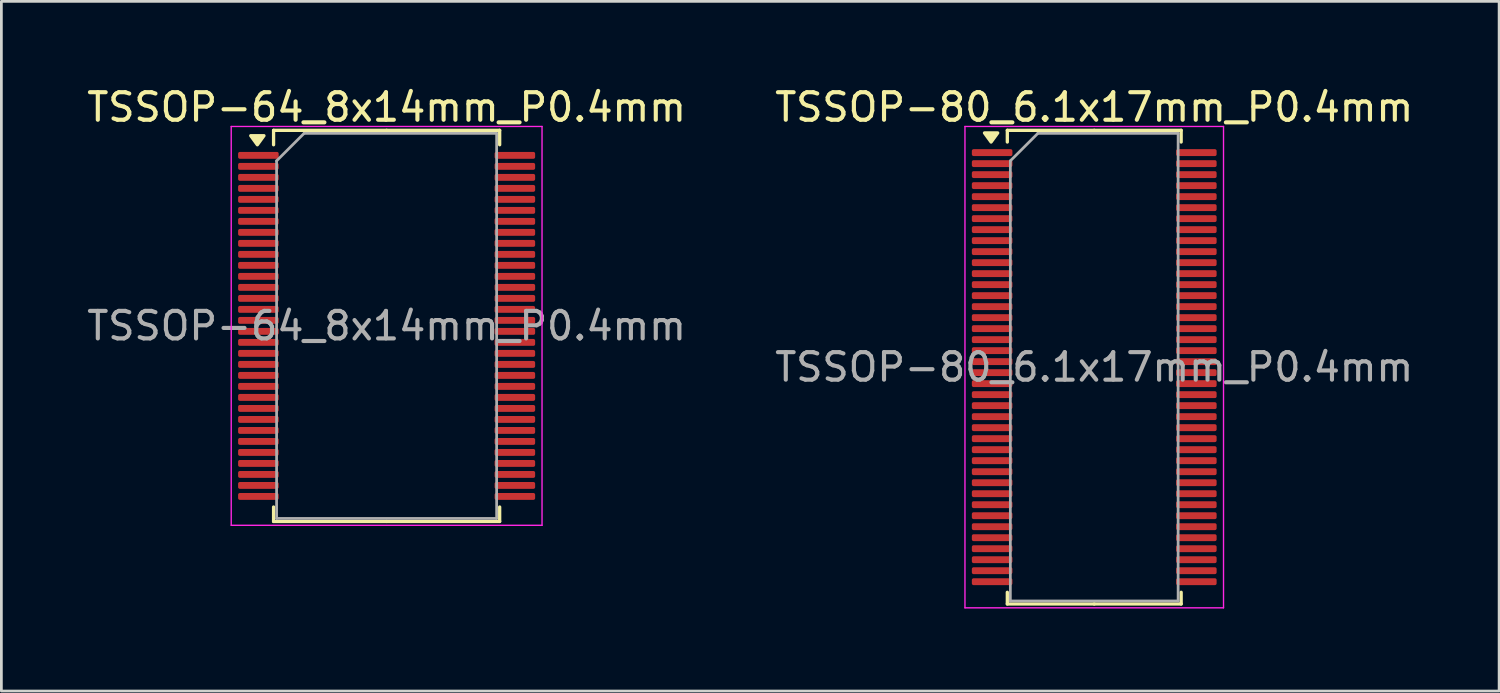
<source format=kicad_pcb>
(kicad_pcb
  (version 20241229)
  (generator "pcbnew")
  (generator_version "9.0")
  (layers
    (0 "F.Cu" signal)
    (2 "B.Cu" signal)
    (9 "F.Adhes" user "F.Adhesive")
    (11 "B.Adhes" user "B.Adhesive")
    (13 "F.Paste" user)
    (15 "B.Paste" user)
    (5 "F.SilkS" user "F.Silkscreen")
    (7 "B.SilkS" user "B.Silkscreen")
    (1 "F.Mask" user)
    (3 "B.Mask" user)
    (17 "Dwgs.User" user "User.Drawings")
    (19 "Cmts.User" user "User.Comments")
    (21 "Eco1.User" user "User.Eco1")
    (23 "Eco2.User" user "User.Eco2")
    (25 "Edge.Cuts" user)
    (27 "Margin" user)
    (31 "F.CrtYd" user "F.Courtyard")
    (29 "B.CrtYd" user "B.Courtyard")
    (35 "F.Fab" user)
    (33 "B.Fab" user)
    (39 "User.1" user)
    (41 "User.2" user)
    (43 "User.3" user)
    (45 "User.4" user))
  (footprint "TSSOP-64_8x14mm_P0.4mm"
    (layer "F.Cu")
    (at 11.006 8.798)
    (property "Reference" "TSSOP-64_8x14mm_P0.4mm" (at 0 -7.95 0) (layer "F.SilkS") (effects (font (size 1 1) (thickness 0.15))))
    (attr smd)
    (fp_line (start -4.11 -7.11) (end -4.11 -6.585) (stroke (width 0.12) (type solid)) (layer "F.SilkS"))
    (fp_line (start -4.11 7.11) (end -4.11 6.585) (stroke (width 0.12) (type solid)) (layer "F.SilkS"))
    (fp_line (start 0 -7.11) (end -4.11 -7.11) (stroke (width 0.12) (type solid)) (layer "F.SilkS"))
    (fp_line (start 0 -7.11) (end 4.11 -7.11) (stroke (width 0.12) (type solid)) (layer "F.SilkS"))
    (fp_line (start 0 7.11) (end -4.11 7.11) (stroke (width 0.12) (type solid)) (layer "F.SilkS"))
    (fp_line (start 0 7.11) (end 4.11 7.11) (stroke (width 0.12) (type solid)) (layer "F.SilkS"))
    (fp_line (start 4.11 -7.11) (end 4.11 -6.585) (stroke (width 0.12) (type solid)) (layer "F.SilkS"))
    (fp_line (start 4.11 7.11) (end 4.11 6.585) (stroke (width 0.12) (type solid)) (layer "F.SilkS"))
    (fp_poly (pts (xy -4.7 -6.585) (xy -4.94 -6.915) (xy -4.46 -6.915) (xy -4.7 -6.585)) (stroke (width 0.12) (type solid)) (fill yes) (layer "F.SilkS"))
    (fp_line (start -5.65 -7.25) (end -5.65 7.25) (stroke (width 0.05) (type solid)) (layer "F.CrtYd"))
    (fp_line (start -5.65 7.25) (end 5.65 7.25) (stroke (width 0.05) (type solid)) (layer "F.CrtYd"))
    (fp_line (start 5.65 -7.25) (end -5.65 -7.25) (stroke (width 0.05) (type solid)) (layer "F.CrtYd"))
    (fp_line (start 5.65 7.25) (end 5.65 -7.25) (stroke (width 0.05) (type solid)) (layer "F.CrtYd"))
    (fp_line (start -4 -6) (end -3 -7) (stroke (width 0.1) (type solid)) (layer "F.Fab"))
    (fp_line (start -4 7) (end -4 -6) (stroke (width 0.1) (type solid)) (layer "F.Fab"))
    (fp_line (start -3 -7) (end 4 -7) (stroke (width 0.1) (type solid)) (layer "F.Fab"))
    (fp_line (start 4 -7) (end 4 7) (stroke (width 0.1) (type solid)) (layer "F.Fab"))
    (fp_line (start 4 7) (end -4 7) (stroke (width 0.1) (type solid)) (layer "F.Fab"))
    (fp_text user "${REFERENCE}" (at 0 0 0) (layer "F.Fab") (effects (font (size 1 1) (thickness 0.15))))
    (pad "1" smd roundrect (at -4.662 -6.2) (size 1.475 0.25) (layers "F.Cu" "F.Mask" "F.Paste") (roundrect_rratio 0.25))
    (pad "2" smd roundrect (at -4.662 -5.8) (size 1.475 0.25) (layers "F.Cu" "F.Mask" "F.Paste") (roundrect_rratio 0.25))
    (pad "3" smd roundrect (at -4.662 -5.4) (size 1.475 0.25) (layers "F.Cu" "F.Mask" "F.Paste") (roundrect_rratio 0.25))
    (pad "4" smd roundrect (at -4.662 -5) (size 1.475 0.25) (layers "F.Cu" "F.Mask" "F.Paste") (roundrect_rratio 0.25))
    (pad "5" smd roundrect (at -4.662 -4.6) (size 1.475 0.25) (layers "F.Cu" "F.Mask" "F.Paste") (roundrect_rratio 0.25))
    (pad "6" smd roundrect (at -4.662 -4.2) (size 1.475 0.25) (layers "F.Cu" "F.Mask" "F.Paste") (roundrect_rratio 0.25))
    (pad "7" smd roundrect (at -4.662 -3.8) (size 1.475 0.25) (layers "F.Cu" "F.Mask" "F.Paste") (roundrect_rratio 0.25))
    (pad "8" smd roundrect (at -4.662 -3.4) (size 1.475 0.25) (layers "F.Cu" "F.Mask" "F.Paste") (roundrect_rratio 0.25))
    (pad "9" smd roundrect (at -4.662 -3) (size 1.475 0.25) (layers "F.Cu" "F.Mask" "F.Paste") (roundrect_rratio 0.25))
    (pad "10" smd roundrect (at -4.662 -2.6) (size 1.475 0.25) (layers "F.Cu" "F.Mask" "F.Paste") (roundrect_rratio 0.25))
    (pad "11" smd roundrect (at -4.662 -2.2) (size 1.475 0.25) (layers "F.Cu" "F.Mask" "F.Paste") (roundrect_rratio 0.25))
    (pad "12" smd roundrect (at -4.662 -1.8) (size 1.475 0.25) (layers "F.Cu" "F.Mask" "F.Paste") (roundrect_rratio 0.25))
    (pad "13" smd roundrect (at -4.662 -1.4) (size 1.475 0.25) (layers "F.Cu" "F.Mask" "F.Paste") (roundrect_rratio 0.25))
    (pad "14" smd roundrect (at -4.662 -1) (size 1.475 0.25) (layers "F.Cu" "F.Mask" "F.Paste") (roundrect_rratio 0.25))
    (pad "15" smd roundrect (at -4.662 -0.6) (size 1.475 0.25) (layers "F.Cu" "F.Mask" "F.Paste") (roundrect_rratio 0.25))
    (pad "16" smd roundrect (at -4.662 -0.2) (size 1.475 0.25) (layers "F.Cu" "F.Mask" "F.Paste") (roundrect_rratio 0.25))
    (pad "17" smd roundrect (at -4.662 0.2) (size 1.475 0.25) (layers "F.Cu" "F.Mask" "F.Paste") (roundrect_rratio 0.25))
    (pad "18" smd roundrect (at -4.662 0.6) (size 1.475 0.25) (layers "F.Cu" "F.Mask" "F.Paste") (roundrect_rratio 0.25))
    (pad "19" smd roundrect (at -4.662 1) (size 1.475 0.25) (layers "F.Cu" "F.Mask" "F.Paste") (roundrect_rratio 0.25))
    (pad "20" smd roundrect (at -4.662 1.4) (size 1.475 0.25) (layers "F.Cu" "F.Mask" "F.Paste") (roundrect_rratio 0.25))
    (pad "21" smd roundrect (at -4.662 1.8) (size 1.475 0.25) (layers "F.Cu" "F.Mask" "F.Paste") (roundrect_rratio 0.25))
    (pad "22" smd roundrect (at -4.662 2.2) (size 1.475 0.25) (layers "F.Cu" "F.Mask" "F.Paste") (roundrect_rratio 0.25))
    (pad "23" smd roundrect (at -4.662 2.6) (size 1.475 0.25) (layers "F.Cu" "F.Mask" "F.Paste") (roundrect_rratio 0.25))
    (pad "24" smd roundrect (at -4.662 3) (size 1.475 0.25) (layers "F.Cu" "F.Mask" "F.Paste") (roundrect_rratio 0.25))
    (pad "25" smd roundrect (at -4.662 3.4) (size 1.475 0.25) (layers "F.Cu" "F.Mask" "F.Paste") (roundrect_rratio 0.25))
    (pad "26" smd roundrect (at -4.662 3.8) (size 1.475 0.25) (layers "F.Cu" "F.Mask" "F.Paste") (roundrect_rratio 0.25))
    (pad "27" smd roundrect (at -4.662 4.2) (size 1.475 0.25) (layers "F.Cu" "F.Mask" "F.Paste") (roundrect_rratio 0.25))
    (pad "28" smd roundrect (at -4.662 4.6) (size 1.475 0.25) (layers "F.Cu" "F.Mask" "F.Paste") (roundrect_rratio 0.25))
    (pad "29" smd roundrect (at -4.662 5) (size 1.475 0.25) (layers "F.Cu" "F.Mask" "F.Paste") (roundrect_rratio 0.25))
    (pad "30" smd roundrect (at -4.662 5.4) (size 1.475 0.25) (layers "F.Cu" "F.Mask" "F.Paste") (roundrect_rratio 0.25))
    (pad "31" smd roundrect (at -4.662 5.8) (size 1.475 0.25) (layers "F.Cu" "F.Mask" "F.Paste") (roundrect_rratio 0.25))
    (pad "32" smd roundrect (at -4.662 6.2) (size 1.475 0.25) (layers "F.Cu" "F.Mask" "F.Paste") (roundrect_rratio 0.25))
    (pad "33" smd roundrect (at 4.662 6.2) (size 1.475 0.25) (layers "F.Cu" "F.Mask" "F.Paste") (roundrect_rratio 0.25))
    (pad "34" smd roundrect (at 4.662 5.8) (size 1.475 0.25) (layers "F.Cu" "F.Mask" "F.Paste") (roundrect_rratio 0.25))
    (pad "35" smd roundrect (at 4.662 5.4) (size 1.475 0.25) (layers "F.Cu" "F.Mask" "F.Paste") (roundrect_rratio 0.25))
    (pad "36" smd roundrect (at 4.662 5) (size 1.475 0.25) (layers "F.Cu" "F.Mask" "F.Paste") (roundrect_rratio 0.25))
    (pad "37" smd roundrect (at 4.662 4.6) (size 1.475 0.25) (layers "F.Cu" "F.Mask" "F.Paste") (roundrect_rratio 0.25))
    (pad "38" smd roundrect (at 4.662 4.2) (size 1.475 0.25) (layers "F.Cu" "F.Mask" "F.Paste") (roundrect_rratio 0.25))
    (pad "39" smd roundrect (at 4.662 3.8) (size 1.475 0.25) (layers "F.Cu" "F.Mask" "F.Paste") (roundrect_rratio 0.25))
    (pad "40" smd roundrect (at 4.662 3.4) (size 1.475 0.25) (layers "F.Cu" "F.Mask" "F.Paste") (roundrect_rratio 0.25))
    (pad "41" smd roundrect (at 4.662 3) (size 1.475 0.25) (layers "F.Cu" "F.Mask" "F.Paste") (roundrect_rratio 0.25))
    (pad "42" smd roundrect (at 4.662 2.6) (size 1.475 0.25) (layers "F.Cu" "F.Mask" "F.Paste") (roundrect_rratio 0.25))
    (pad "43" smd roundrect (at 4.662 2.2) (size 1.475 0.25) (layers "F.Cu" "F.Mask" "F.Paste") (roundrect_rratio 0.25))
    (pad "44" smd roundrect (at 4.662 1.8) (size 1.475 0.25) (layers "F.Cu" "F.Mask" "F.Paste") (roundrect_rratio 0.25))
    (pad "45" smd roundrect (at 4.662 1.4) (size 1.475 0.25) (layers "F.Cu" "F.Mask" "F.Paste") (roundrect_rratio 0.25))
    (pad "46" smd roundrect (at 4.662 1) (size 1.475 0.25) (layers "F.Cu" "F.Mask" "F.Paste") (roundrect_rratio 0.25))
    (pad "47" smd roundrect (at 4.662 0.6) (size 1.475 0.25) (layers "F.Cu" "F.Mask" "F.Paste") (roundrect_rratio 0.25))
    (pad "48" smd roundrect (at 4.662 0.2) (size 1.475 0.25) (layers "F.Cu" "F.Mask" "F.Paste") (roundrect_rratio 0.25))
    (pad "49" smd roundrect (at 4.662 -0.2) (size 1.475 0.25) (layers "F.Cu" "F.Mask" "F.Paste") (roundrect_rratio 0.25))
    (pad "50" smd roundrect (at 4.662 -0.6) (size 1.475 0.25) (layers "F.Cu" "F.Mask" "F.Paste") (roundrect_rratio 0.25))
    (pad "51" smd roundrect (at 4.662 -1) (size 1.475 0.25) (layers "F.Cu" "F.Mask" "F.Paste") (roundrect_rratio 0.25))
    (pad "52" smd roundrect (at 4.662 -1.4) (size 1.475 0.25) (layers "F.Cu" "F.Mask" "F.Paste") (roundrect_rratio 0.25))
    (pad "53" smd roundrect (at 4.662 -1.8) (size 1.475 0.25) (layers "F.Cu" "F.Mask" "F.Paste") (roundrect_rratio 0.25))
    (pad "54" smd roundrect (at 4.662 -2.2) (size 1.475 0.25) (layers "F.Cu" "F.Mask" "F.Paste") (roundrect_rratio 0.25))
    (pad "55" smd roundrect (at 4.662 -2.6) (size 1.475 0.25) (layers "F.Cu" "F.Mask" "F.Paste") (roundrect_rratio 0.25))
    (pad "56" smd roundrect (at 4.662 -3) (size 1.475 0.25) (layers "F.Cu" "F.Mask" "F.Paste") (roundrect_rratio 0.25))
    (pad "57" smd roundrect (at 4.662 -3.4) (size 1.475 0.25) (layers "F.Cu" "F.Mask" "F.Paste") (roundrect_rratio 0.25))
    (pad "58" smd roundrect (at 4.662 -3.8) (size 1.475 0.25) (layers "F.Cu" "F.Mask" "F.Paste") (roundrect_rratio 0.25))
    (pad "59" smd roundrect (at 4.662 -4.2) (size 1.475 0.25) (layers "F.Cu" "F.Mask" "F.Paste") (roundrect_rratio 0.25))
    (pad "60" smd roundrect (at 4.662 -4.6) (size 1.475 0.25) (layers "F.Cu" "F.Mask" "F.Paste") (roundrect_rratio 0.25))
    (pad "61" smd roundrect (at 4.662 -5) (size 1.475 0.25) (layers "F.Cu" "F.Mask" "F.Paste") (roundrect_rratio 0.25))
    (pad "62" smd roundrect (at 4.662 -5.4) (size 1.475 0.25) (layers "F.Cu" "F.Mask" "F.Paste") (roundrect_rratio 0.25))
    (pad "63" smd roundrect (at 4.662 -5.8) (size 1.475 0.25) (layers "F.Cu" "F.Mask" "F.Paste") (roundrect_rratio 0.25))
    (pad "64" smd roundrect (at 4.662 -6.2) (size 1.475 0.25) (layers "F.Cu" "F.Mask" "F.Paste") (roundrect_rratio 0.25)))
  (footprint "TSSOP-80_6.1x17mm_P0.4mm"
    (layer "F.Cu")
    (at 36.732 10.298)
    (property "Reference" "TSSOP-80_6.1x17mm_P0.4mm" (at 0 -9.45 0) (layer "F.SilkS") (effects (font (size 1 1) (thickness 0.15))))
    (attr smd)
    (fp_line (start -3.16 -8.61) (end -3.16 -8.185) (stroke (width 0.12) (type solid)) (layer "F.SilkS"))
    (fp_line (start -3.16 8.61) (end -3.16 8.185) (stroke (width 0.12) (type solid)) (layer "F.SilkS"))
    (fp_line (start 0 -8.61) (end -3.16 -8.61) (stroke (width 0.12) (type solid)) (layer "F.SilkS"))
    (fp_line (start 0 -8.61) (end 3.16 -8.61) (stroke (width 0.12) (type solid)) (layer "F.SilkS"))
    (fp_line (start 0 8.61) (end -3.16 8.61) (stroke (width 0.12) (type solid)) (layer "F.SilkS"))
    (fp_line (start 0 8.61) (end 3.16 8.61) (stroke (width 0.12) (type solid)) (layer "F.SilkS"))
    (fp_line (start 3.16 -8.61) (end 3.16 -8.185) (stroke (width 0.12) (type solid)) (layer "F.SilkS"))
    (fp_line (start 3.16 8.61) (end 3.16 8.185) (stroke (width 0.12) (type solid)) (layer "F.SilkS"))
    (fp_poly (pts (xy -3.75 -8.185) (xy -3.99 -8.515) (xy -3.51 -8.515) (xy -3.75 -8.185)) (stroke (width 0.12) (type solid)) (fill yes) (layer "F.SilkS"))
    (fp_line (start -4.7 -8.75) (end -4.7 8.75) (stroke (width 0.05) (type solid)) (layer "F.CrtYd"))
    (fp_line (start -4.7 8.75) (end 4.7 8.75) (stroke (width 0.05) (type solid)) (layer "F.CrtYd"))
    (fp_line (start 4.7 -8.75) (end -4.7 -8.75) (stroke (width 0.05) (type solid)) (layer "F.CrtYd"))
    (fp_line (start 4.7 8.75) (end 4.7 -8.75) (stroke (width 0.05) (type solid)) (layer "F.CrtYd"))
    (fp_line (start -3.05 -7.5) (end -2.05 -8.5) (stroke (width 0.1) (type solid)) (layer "F.Fab"))
    (fp_line (start -3.05 8.5) (end -3.05 -7.5) (stroke (width 0.1) (type solid)) (layer "F.Fab"))
    (fp_line (start -2.05 -8.5) (end 3.05 -8.5) (stroke (width 0.1) (type solid)) (layer "F.Fab"))
    (fp_line (start 3.05 -8.5) (end 3.05 8.5) (stroke (width 0.1) (type solid)) (layer "F.Fab"))
    (fp_line (start 3.05 8.5) (end -3.05 8.5) (stroke (width 0.1) (type solid)) (layer "F.Fab"))
    (fp_text user "${REFERENCE}" (at 0 0 0) (layer "F.Fab") (effects (font (size 1 1) (thickness 0.15))))
    (pad "1" smd roundrect (at -3.712 -7.8) (size 1.475 0.25) (layers "F.Cu" "F.Mask" "F.Paste") (roundrect_rratio 0.25))
    (pad "2" smd roundrect (at -3.712 -7.4) (size 1.475 0.25) (layers "F.Cu" "F.Mask" "F.Paste") (roundrect_rratio 0.25))
    (pad "3" smd roundrect (at -3.712 -7) (size 1.475 0.25) (layers "F.Cu" "F.Mask" "F.Paste") (roundrect_rratio 0.25))
    (pad "4" smd roundrect (at -3.712 -6.6) (size 1.475 0.25) (layers "F.Cu" "F.Mask" "F.Paste") (roundrect_rratio 0.25))
    (pad "5" smd roundrect (at -3.712 -6.2) (size 1.475 0.25) (layers "F.Cu" "F.Mask" "F.Paste") (roundrect_rratio 0.25))
    (pad "6" smd roundrect (at -3.712 -5.8) (size 1.475 0.25) (layers "F.Cu" "F.Mask" "F.Paste") (roundrect_rratio 0.25))
    (pad "7" smd roundrect (at -3.712 -5.4) (size 1.475 0.25) (layers "F.Cu" "F.Mask" "F.Paste") (roundrect_rratio 0.25))
    (pad "8" smd roundrect (at -3.712 -5) (size 1.475 0.25) (layers "F.Cu" "F.Mask" "F.Paste") (roundrect_rratio 0.25))
    (pad "9" smd roundrect (at -3.712 -4.6) (size 1.475 0.25) (layers "F.Cu" "F.Mask" "F.Paste") (roundrect_rratio 0.25))
    (pad "10" smd roundrect (at -3.712 -4.2) (size 1.475 0.25) (layers "F.Cu" "F.Mask" "F.Paste") (roundrect_rratio 0.25))
    (pad "11" smd roundrect (at -3.712 -3.8) (size 1.475 0.25) (layers "F.Cu" "F.Mask" "F.Paste") (roundrect_rratio 0.25))
    (pad "12" smd roundrect (at -3.712 -3.4) (size 1.475 0.25) (layers "F.Cu" "F.Mask" "F.Paste") (roundrect_rratio 0.25))
    (pad "13" smd roundrect (at -3.712 -3) (size 1.475 0.25) (layers "F.Cu" "F.Mask" "F.Paste") (roundrect_rratio 0.25))
    (pad "14" smd roundrect (at -3.712 -2.6) (size 1.475 0.25) (layers "F.Cu" "F.Mask" "F.Paste") (roundrect_rratio 0.25))
    (pad "15" smd roundrect (at -3.712 -2.2) (size 1.475 0.25) (layers "F.Cu" "F.Mask" "F.Paste") (roundrect_rratio 0.25))
    (pad "16" smd roundrect (at -3.712 -1.8) (size 1.475 0.25) (layers "F.Cu" "F.Mask" "F.Paste") (roundrect_rratio 0.25))
    (pad "17" smd roundrect (at -3.712 -1.4) (size 1.475 0.25) (layers "F.Cu" "F.Mask" "F.Paste") (roundrect_rratio 0.25))
    (pad "18" smd roundrect (at -3.712 -1) (size 1.475 0.25) (layers "F.Cu" "F.Mask" "F.Paste") (roundrect_rratio 0.25))
    (pad "19" smd roundrect (at -3.712 -0.6) (size 1.475 0.25) (layers "F.Cu" "F.Mask" "F.Paste") (roundrect_rratio 0.25))
    (pad "20" smd roundrect (at -3.712 -0.2) (size 1.475 0.25) (layers "F.Cu" "F.Mask" "F.Paste") (roundrect_rratio 0.25))
    (pad "21" smd roundrect (at -3.712 0.2) (size 1.475 0.25) (layers "F.Cu" "F.Mask" "F.Paste") (roundrect_rratio 0.25))
    (pad "22" smd roundrect (at -3.712 0.6) (size 1.475 0.25) (layers "F.Cu" "F.Mask" "F.Paste") (roundrect_rratio 0.25))
    (pad "23" smd roundrect (at -3.712 1) (size 1.475 0.25) (layers "F.Cu" "F.Mask" "F.Paste") (roundrect_rratio 0.25))
    (pad "24" smd roundrect (at -3.712 1.4) (size 1.475 0.25) (layers "F.Cu" "F.Mask" "F.Paste") (roundrect_rratio 0.25))
    (pad "25" smd roundrect (at -3.712 1.8) (size 1.475 0.25) (layers "F.Cu" "F.Mask" "F.Paste") (roundrect_rratio 0.25))
    (pad "26" smd roundrect (at -3.712 2.2) (size 1.475 0.25) (layers "F.Cu" "F.Mask" "F.Paste") (roundrect_rratio 0.25))
    (pad "27" smd roundrect (at -3.712 2.6) (size 1.475 0.25) (layers "F.Cu" "F.Mask" "F.Paste") (roundrect_rratio 0.25))
    (pad "28" smd roundrect (at -3.712 3) (size 1.475 0.25) (layers "F.Cu" "F.Mask" "F.Paste") (roundrect_rratio 0.25))
    (pad "29" smd roundrect (at -3.712 3.4) (size 1.475 0.25) (layers "F.Cu" "F.Mask" "F.Paste") (roundrect_rratio 0.25))
    (pad "30" smd roundrect (at -3.712 3.8) (size 1.475 0.25) (layers "F.Cu" "F.Mask" "F.Paste") (roundrect_rratio 0.25))
    (pad "31" smd roundrect (at -3.712 4.2) (size 1.475 0.25) (layers "F.Cu" "F.Mask" "F.Paste") (roundrect_rratio 0.25))
    (pad "32" smd roundrect (at -3.712 4.6) (size 1.475 0.25) (layers "F.Cu" "F.Mask" "F.Paste") (roundrect_rratio 0.25))
    (pad "33" smd roundrect (at -3.712 5) (size 1.475 0.25) (layers "F.Cu" "F.Mask" "F.Paste") (roundrect_rratio 0.25))
    (pad "34" smd roundrect (at -3.712 5.4) (size 1.475 0.25) (layers "F.Cu" "F.Mask" "F.Paste") (roundrect_rratio 0.25))
    (pad "35" smd roundrect (at -3.712 5.8) (size 1.475 0.25) (layers "F.Cu" "F.Mask" "F.Paste") (roundrect_rratio 0.25))
    (pad "36" smd roundrect (at -3.712 6.2) (size 1.475 0.25) (layers "F.Cu" "F.Mask" "F.Paste") (roundrect_rratio 0.25))
    (pad "37" smd roundrect (at -3.712 6.6) (size 1.475 0.25) (layers "F.Cu" "F.Mask" "F.Paste") (roundrect_rratio 0.25))
    (pad "38" smd roundrect (at -3.712 7) (size 1.475 0.25) (layers "F.Cu" "F.Mask" "F.Paste") (roundrect_rratio 0.25))
    (pad "39" smd roundrect (at -3.712 7.4) (size 1.475 0.25) (layers "F.Cu" "F.Mask" "F.Paste") (roundrect_rratio 0.25))
    (pad "40" smd roundrect (at -3.712 7.8) (size 1.475 0.25) (layers "F.Cu" "F.Mask" "F.Paste") (roundrect_rratio 0.25))
    (pad "41" smd roundrect (at 3.712 7.8) (size 1.475 0.25) (layers "F.Cu" "F.Mask" "F.Paste") (roundrect_rratio 0.25))
    (pad "42" smd roundrect (at 3.712 7.4) (size 1.475 0.25) (layers "F.Cu" "F.Mask" "F.Paste") (roundrect_rratio 0.25))
    (pad "43" smd roundrect (at 3.712 7) (size 1.475 0.25) (layers "F.Cu" "F.Mask" "F.Paste") (roundrect_rratio 0.25))
    (pad "44" smd roundrect (at 3.712 6.6) (size 1.475 0.25) (layers "F.Cu" "F.Mask" "F.Paste") (roundrect_rratio 0.25))
    (pad "45" smd roundrect (at 3.712 6.2) (size 1.475 0.25) (layers "F.Cu" "F.Mask" "F.Paste") (roundrect_rratio 0.25))
    (pad "46" smd roundrect (at 3.712 5.8) (size 1.475 0.25) (layers "F.Cu" "F.Mask" "F.Paste") (roundrect_rratio 0.25))
    (pad "47" smd roundrect (at 3.712 5.4) (size 1.475 0.25) (layers "F.Cu" "F.Mask" "F.Paste") (roundrect_rratio 0.25))
    (pad "48" smd roundrect (at 3.712 5) (size 1.475 0.25) (layers "F.Cu" "F.Mask" "F.Paste") (roundrect_rratio 0.25))
    (pad "49" smd roundrect (at 3.712 4.6) (size 1.475 0.25) (layers "F.Cu" "F.Mask" "F.Paste") (roundrect_rratio 0.25))
    (pad "50" smd roundrect (at 3.712 4.2) (size 1.475 0.25) (layers "F.Cu" "F.Mask" "F.Paste") (roundrect_rratio 0.25))
    (pad "51" smd roundrect (at 3.712 3.8) (size 1.475 0.25) (layers "F.Cu" "F.Mask" "F.Paste") (roundrect_rratio 0.25))
    (pad "52" smd roundrect (at 3.712 3.4) (size 1.475 0.25) (layers "F.Cu" "F.Mask" "F.Paste") (roundrect_rratio 0.25))
    (pad "53" smd roundrect (at 3.712 3) (size 1.475 0.25) (layers "F.Cu" "F.Mask" "F.Paste") (roundrect_rratio 0.25))
    (pad "54" smd roundrect (at 3.712 2.6) (size 1.475 0.25) (layers "F.Cu" "F.Mask" "F.Paste") (roundrect_rratio 0.25))
    (pad "55" smd roundrect (at 3.712 2.2) (size 1.475 0.25) (layers "F.Cu" "F.Mask" "F.Paste") (roundrect_rratio 0.25))
    (pad "56" smd roundrect (at 3.712 1.8) (size 1.475 0.25) (layers "F.Cu" "F.Mask" "F.Paste") (roundrect_rratio 0.25))
    (pad "57" smd roundrect (at 3.712 1.4) (size 1.475 0.25) (layers "F.Cu" "F.Mask" "F.Paste") (roundrect_rratio 0.25))
    (pad "58" smd roundrect (at 3.712 1) (size 1.475 0.25) (layers "F.Cu" "F.Mask" "F.Paste") (roundrect_rratio 0.25))
    (pad "59" smd roundrect (at 3.712 0.6) (size 1.475 0.25) (layers "F.Cu" "F.Mask" "F.Paste") (roundrect_rratio 0.25))
    (pad "60" smd roundrect (at 3.712 0.2) (size 1.475 0.25) (layers "F.Cu" "F.Mask" "F.Paste") (roundrect_rratio 0.25))
    (pad "61" smd roundrect (at 3.712 -0.2) (size 1.475 0.25) (layers "F.Cu" "F.Mask" "F.Paste") (roundrect_rratio 0.25))
    (pad "62" smd roundrect (at 3.712 -0.6) (size 1.475 0.25) (layers "F.Cu" "F.Mask" "F.Paste") (roundrect_rratio 0.25))
    (pad "63" smd roundrect (at 3.712 -1) (size 1.475 0.25) (layers "F.Cu" "F.Mask" "F.Paste") (roundrect_rratio 0.25))
    (pad "64" smd roundrect (at 3.712 -1.4) (size 1.475 0.25) (layers "F.Cu" "F.Mask" "F.Paste") (roundrect_rratio 0.25))
    (pad "65" smd roundrect (at 3.712 -1.8) (size 1.475 0.25) (layers "F.Cu" "F.Mask" "F.Paste") (roundrect_rratio 0.25))
    (pad "66" smd roundrect (at 3.712 -2.2) (size 1.475 0.25) (layers "F.Cu" "F.Mask" "F.Paste") (roundrect_rratio 0.25))
    (pad "67" smd roundrect (at 3.712 -2.6) (size 1.475 0.25) (layers "F.Cu" "F.Mask" "F.Paste") (roundrect_rratio 0.25))
    (pad "68" smd roundrect (at 3.712 -3) (size 1.475 0.25) (layers "F.Cu" "F.Mask" "F.Paste") (roundrect_rratio 0.25))
    (pad "69" smd roundrect (at 3.712 -3.4) (size 1.475 0.25) (layers "F.Cu" "F.Mask" "F.Paste") (roundrect_rratio 0.25))
    (pad "70" smd roundrect (at 3.712 -3.8) (size 1.475 0.25) (layers "F.Cu" "F.Mask" "F.Paste") (roundrect_rratio 0.25))
    (pad "71" smd roundrect (at 3.712 -4.2) (size 1.475 0.25) (layers "F.Cu" "F.Mask" "F.Paste") (roundrect_rratio 0.25))
    (pad "72" smd roundrect (at 3.712 -4.6) (size 1.475 0.25) (layers "F.Cu" "F.Mask" "F.Paste") (roundrect_rratio 0.25))
    (pad "73" smd roundrect (at 3.712 -5) (size 1.475 0.25) (layers "F.Cu" "F.Mask" "F.Paste") (roundrect_rratio 0.25))
    (pad "74" smd roundrect (at 3.712 -5.4) (size 1.475 0.25) (layers "F.Cu" "F.Mask" "F.Paste") (roundrect_rratio 0.25))
    (pad "75" smd roundrect (at 3.712 -5.8) (size 1.475 0.25) (layers "F.Cu" "F.Mask" "F.Paste") (roundrect_rratio 0.25))
    (pad "76" smd roundrect (at 3.712 -6.2) (size 1.475 0.25) (layers "F.Cu" "F.Mask" "F.Paste") (roundrect_rratio 0.25))
    (pad "77" smd roundrect (at 3.712 -6.6) (size 1.475 0.25) (layers "F.Cu" "F.Mask" "F.Paste") (roundrect_rratio 0.25))
    (pad "78" smd roundrect (at 3.712 -7) (size 1.475 0.25) (layers "F.Cu" "F.Mask" "F.Paste") (roundrect_rratio 0.25))
    (pad "79" smd roundrect (at 3.712 -7.4) (size 1.475 0.25) (layers "F.Cu" "F.Mask" "F.Paste") (roundrect_rratio 0.25))
    (pad "80" smd roundrect (at 3.712 -7.8) (size 1.475 0.25) (layers "F.Cu" "F.Mask" "F.Paste") (roundrect_rratio 0.25)))
  (gr_rect
    (start -3 -3)
    (end 51.452 22.073)
    (stroke (width 0.1) (type default))
    (fill no)
    (layer "Edge.Cuts")))
</source>
